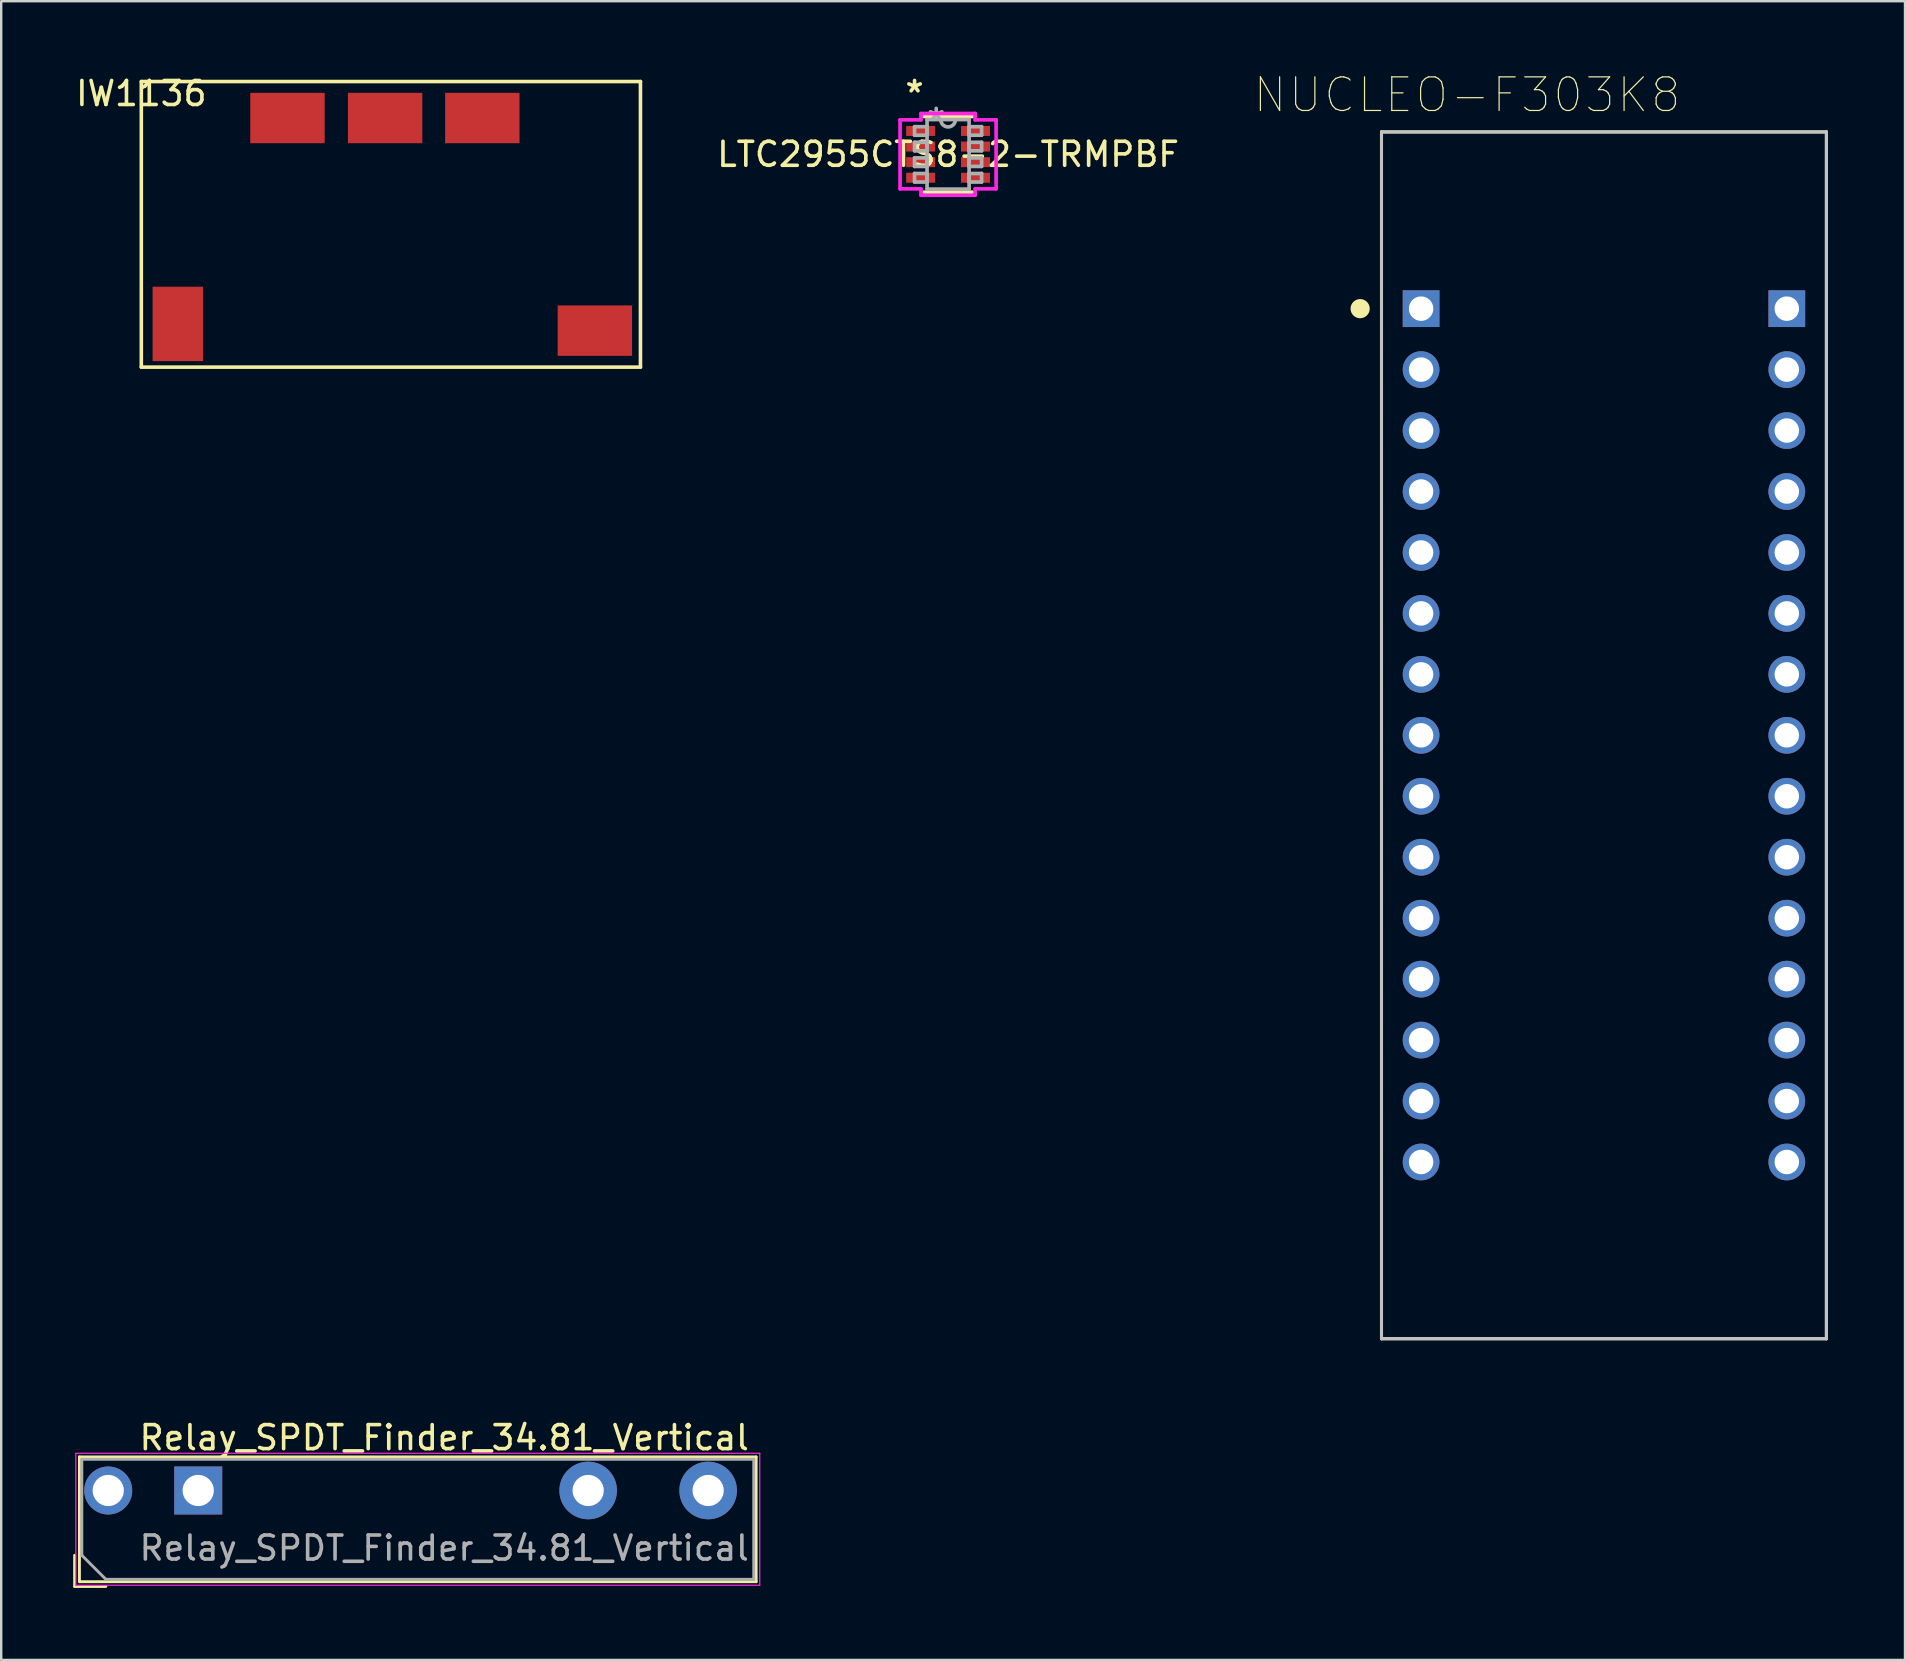
<source format=kicad_pcb>
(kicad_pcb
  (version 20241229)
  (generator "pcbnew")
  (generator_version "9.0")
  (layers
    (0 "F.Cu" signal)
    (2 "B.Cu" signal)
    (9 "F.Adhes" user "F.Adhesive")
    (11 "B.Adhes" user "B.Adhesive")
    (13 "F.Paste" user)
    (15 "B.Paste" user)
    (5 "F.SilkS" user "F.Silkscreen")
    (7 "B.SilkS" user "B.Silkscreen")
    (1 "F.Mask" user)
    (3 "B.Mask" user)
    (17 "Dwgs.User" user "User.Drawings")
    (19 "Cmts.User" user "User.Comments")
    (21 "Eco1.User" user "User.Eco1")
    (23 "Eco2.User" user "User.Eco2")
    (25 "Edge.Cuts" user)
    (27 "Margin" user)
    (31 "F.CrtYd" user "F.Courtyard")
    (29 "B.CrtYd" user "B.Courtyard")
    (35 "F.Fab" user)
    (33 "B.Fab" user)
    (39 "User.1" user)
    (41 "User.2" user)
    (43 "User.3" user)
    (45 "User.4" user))
  (footprint "Relay_SPDT_Finder_34.81_Vertical"
    (layer "F.Cu")
    (at 5.21 59.061)
    (property "Reference" "Relay_SPDT_Finder_34.81_Vertical" (at 10.25 -2.2 0) (layer "F.SilkS") (effects (font (size 1 1) (thickness 0.15))))
    (attr through_hole)
    (fp_line (start -5.15 4) (end -5.15 2.7) (stroke (width 0.12) (type solid)) (layer "F.SilkS"))
    (fp_line (start -4.95 -1.4) (end 23.25 -1.4) (stroke (width 0.12) (type solid)) (layer "F.SilkS"))
    (fp_line (start -4.95 3.8) (end -4.95 -1.4) (stroke (width 0.12) (type solid)) (layer "F.SilkS"))
    (fp_line (start -3.85 4) (end -5.15 4) (stroke (width 0.12) (type solid)) (layer "F.SilkS"))
    (fp_line (start 23.25 -1.4) (end 23.25 3.8) (stroke (width 0.12) (type solid)) (layer "F.SilkS"))
    (fp_line (start 23.25 3.8) (end -4.95 3.8) (stroke (width 0.12) (type solid)) (layer "F.SilkS"))
    (fp_line (start -5.1 -1.55) (end -5.1 3.95) (stroke (width 0.05) (type solid)) (layer "F.CrtYd"))
    (fp_line (start -5.1 -1.55) (end 23.4 -1.55) (stroke (width 0.05) (type solid)) (layer "F.CrtYd"))
    (fp_line (start 23.4 3.95) (end -5.1 3.95) (stroke (width 0.05) (type solid)) (layer "F.CrtYd"))
    (fp_line (start 23.4 3.95) (end 23.4 -1.55) (stroke (width 0.05) (type solid)) (layer "F.CrtYd"))
    (fp_line (start -4.85 -1.3) (end 23.15 -1.3) (stroke (width 0.12) (type solid)) (layer "F.Fab"))
    (fp_line (start -4.85 2.7) (end -4.85 -1.3) (stroke (width 0.12) (type solid)) (layer "F.Fab"))
    (fp_line (start -3.85 3.7) (end -4.85 2.7) (stroke (width 0.12) (type solid)) (layer "F.Fab"))
    (fp_line (start 23.15 -1.3) (end 23.15 3.7) (stroke (width 0.12) (type solid)) (layer "F.Fab"))
    (fp_line (start 23.15 3.7) (end -3.85 3.7) (stroke (width 0.12) (type solid)) (layer "F.Fab"))
    (fp_text user "${REFERENCE}" (at 10.25 2.4 0) (layer "F.Fab") (effects (font (size 1 1) (thickness 0.15))))
    (pad "1" thru_hole circle (at -3.75 0) (size 2 2) (drill 1.3) (layers "*.Cu" "*.Mask"))
    (pad "2" thru_hole rect (at 0 0) (size 2 2) (drill 1.3) (layers "*.Cu" "*.Mask"))
    (pad "3" thru_hole circle (at 16.25 0) (size 2.4 2.4) (drill 1.3) (layers "*.Cu" "*.Mask"))
    (pad "4" thru_hole circle (at 21.25 0) (size 2.4 2.4) (drill 1.3) (layers "*.Cu" "*.Mask")))
  (footprint "LTC2955CTS8-2-TRMPBF"
    (layer "F.Cu")
    (at 36.458 3.382)
    (property "Reference" "LTC2955CTS8-2-TRMPBF" (at 0 0 0) (layer "F.SilkS") (effects (font (size 1 1) (thickness 0.15))))
    (attr through_hole)
    (fp_line (start -1.003 1.575) (end 1.003 1.575) (stroke (width 0.152) (type solid)) (layer "F.SilkS"))
    (fp_line (start 1.003 -1.575) (end -1.003 -1.575) (stroke (width 0.152) (type solid)) (layer "F.SilkS"))
    (fp_line (start -2.001 -1.437) (end -1.13 -1.437) (stroke (width 0.152) (type solid)) (layer "F.CrtYd"))
    (fp_line (start -2.001 1.437) (end -2.001 -1.437) (stroke (width 0.152) (type solid)) (layer "F.CrtYd"))
    (fp_line (start -1.13 -1.702) (end 1.13 -1.702) (stroke (width 0.152) (type solid)) (layer "F.CrtYd"))
    (fp_line (start -1.13 -1.437) (end -1.13 -1.702) (stroke (width 0.152) (type solid)) (layer "F.CrtYd"))
    (fp_line (start -1.13 1.437) (end -2.001 1.437) (stroke (width 0.152) (type solid)) (layer "F.CrtYd"))
    (fp_line (start -1.13 1.702) (end -1.13 1.437) (stroke (width 0.152) (type solid)) (layer "F.CrtYd"))
    (fp_line (start 1.13 -1.702) (end 1.13 -1.437) (stroke (width 0.152) (type solid)) (layer "F.CrtYd"))
    (fp_line (start 1.13 -1.437) (end 2.001 -1.437) (stroke (width 0.152) (type solid)) (layer "F.CrtYd"))
    (fp_line (start 1.13 1.437) (end 1.13 1.702) (stroke (width 0.152) (type solid)) (layer "F.CrtYd"))
    (fp_line (start 1.13 1.702) (end -1.13 1.702) (stroke (width 0.152) (type solid)) (layer "F.CrtYd"))
    (fp_line (start 2.001 -1.437) (end 2.001 1.437) (stroke (width 0.152) (type solid)) (layer "F.CrtYd"))
    (fp_line (start 2.001 1.437) (end 1.13 1.437) (stroke (width 0.152) (type solid)) (layer "F.CrtYd"))
    (fp_line (start -1.397 -1.153) (end -1.397 -0.797) (stroke (width 0.152) (type solid)) (layer "F.Fab"))
    (fp_line (start -1.397 -0.797) (end -0.876 -0.797) (stroke (width 0.152) (type solid)) (layer "F.Fab"))
    (fp_line (start -1.397 -0.503) (end -1.397 -0.147) (stroke (width 0.152) (type solid)) (layer "F.Fab"))
    (fp_line (start -1.397 -0.147) (end -0.876 -0.147) (stroke (width 0.152) (type solid)) (layer "F.Fab"))
    (fp_line (start -1.397 0.147) (end -1.397 0.503) (stroke (width 0.152) (type solid)) (layer "F.Fab"))
    (fp_line (start -1.397 0.503) (end -0.876 0.503) (stroke (width 0.152) (type solid)) (layer "F.Fab"))
    (fp_line (start -1.397 0.797) (end -1.397 1.153) (stroke (width 0.152) (type solid)) (layer "F.Fab"))
    (fp_line (start -1.397 1.153) (end -0.876 1.153) (stroke (width 0.152) (type solid)) (layer "F.Fab"))
    (fp_line (start -0.876 -1.448) (end -0.876 1.448) (stroke (width 0.152) (type solid)) (layer "F.Fab"))
    (fp_line (start -0.876 -1.153) (end -1.397 -1.153) (stroke (width 0.152) (type solid)) (layer "F.Fab"))
    (fp_line (start -0.876 -0.797) (end -0.876 -1.153) (stroke (width 0.152) (type solid)) (layer "F.Fab"))
    (fp_line (start -0.876 -0.503) (end -1.397 -0.503) (stroke (width 0.152) (type solid)) (layer "F.Fab"))
    (fp_line (start -0.876 -0.147) (end -0.876 -0.503) (stroke (width 0.152) (type solid)) (layer "F.Fab"))
    (fp_line (start -0.876 0.147) (end -1.397 0.147) (stroke (width 0.152) (type solid)) (layer "F.Fab"))
    (fp_line (start -0.876 0.503) (end -0.876 0.147) (stroke (width 0.152) (type solid)) (layer "F.Fab"))
    (fp_line (start -0.876 0.797) (end -1.397 0.797) (stroke (width 0.152) (type solid)) (layer "F.Fab"))
    (fp_line (start -0.876 1.153) (end -0.876 0.797) (stroke (width 0.152) (type solid)) (layer "F.Fab"))
    (fp_line (start -0.876 1.448) (end 0.876 1.448) (stroke (width 0.152) (type solid)) (layer "F.Fab"))
    (fp_line (start 0.876 -1.448) (end -0.876 -1.448) (stroke (width 0.152) (type solid)) (layer "F.Fab"))
    (fp_line (start 0.876 -1.153) (end 0.876 -0.797) (stroke (width 0.152) (type solid)) (layer "F.Fab"))
    (fp_line (start 0.876 -0.797) (end 1.397 -0.797) (stroke (width 0.152) (type solid)) (layer "F.Fab"))
    (fp_line (start 0.876 -0.503) (end 0.876 -0.147) (stroke (width 0.152) (type solid)) (layer "F.Fab"))
    (fp_line (start 0.876 -0.147) (end 1.397 -0.147) (stroke (width 0.152) (type solid)) (layer "F.Fab"))
    (fp_line (start 0.876 0.147) (end 0.876 0.503) (stroke (width 0.152) (type solid)) (layer "F.Fab"))
    (fp_line (start 0.876 0.503) (end 1.397 0.503) (stroke (width 0.152) (type solid)) (layer "F.Fab"))
    (fp_line (start 0.876 0.797) (end 0.876 1.153) (stroke (width 0.152) (type solid)) (layer "F.Fab"))
    (fp_line (start 0.876 1.153) (end 1.397 1.153) (stroke (width 0.152) (type solid)) (layer "F.Fab"))
    (fp_line (start 0.876 1.448) (end 0.876 -1.448) (stroke (width 0.152) (type solid)) (layer "F.Fab"))
    (fp_line (start 1.397 -1.153) (end 0.876 -1.153) (stroke (width 0.152) (type solid)) (layer "F.Fab"))
    (fp_line (start 1.397 -0.797) (end 1.397 -1.153) (stroke (width 0.152) (type solid)) (layer "F.Fab"))
    (fp_line (start 1.397 -0.503) (end 0.876 -0.503) (stroke (width 0.152) (type solid)) (layer "F.Fab"))
    (fp_line (start 1.397 -0.147) (end 1.397 -0.503) (stroke (width 0.152) (type solid)) (layer "F.Fab"))
    (fp_line (start 1.397 0.147) (end 0.876 0.147) (stroke (width 0.152) (type solid)) (layer "F.Fab"))
    (fp_line (start 1.397 0.503) (end 1.397 0.147) (stroke (width 0.152) (type solid)) (layer "F.Fab"))
    (fp_line (start 1.397 0.797) (end 0.876 0.797) (stroke (width 0.152) (type solid)) (layer "F.Fab"))
    (fp_line (start 1.397 1.153) (end 1.397 0.797) (stroke (width 0.152) (type solid)) (layer "F.Fab"))
    (fp_arc (start 0.3048 -1.4478) (mid 0 -1.143) (end -0.3048 -1.4478) (stroke (width 0.1524) (type solid)) (layer "F.Fab"))
    (fp_text user "*" (at -1.397 -2.534 0) (layer "F.SilkS") (effects (font (size 1 1) (thickness 0.15))))
    (fp_text user "Copyright 2016 Accelerated Designs. All rights reserved." (at 0 0 0) (layer "Cmts.User") (effects (font (size 0.127 0.127) (thickness 0.002))))
    (fp_text user "*" (at -0.495 -1.372 0) (layer "F.Fab") (effects (font (size 1 1) (thickness 0.15))))
    (pad "1" smd rect (at -1.143 -0.975) (size 1.208 0.416) (layers "F.Cu" "F.Mask" "F.Paste"))
    (pad "2" smd rect (at -1.143 -0.325) (size 1.208 0.416) (layers "F.Cu" "F.Mask" "F.Paste"))
    (pad "3" smd rect (at -1.143 0.325) (size 1.208 0.416) (layers "F.Cu" "F.Mask" "F.Paste"))
    (pad "4" smd rect (at -1.143 0.975) (size 1.208 0.416) (layers "F.Cu" "F.Mask" "F.Paste"))
    (pad "5" smd rect (at 1.143 0.975) (size 1.208 0.416) (layers "F.Cu" "F.Mask" "F.Paste"))
    (pad "6" smd rect (at 1.143 0.325) (size 1.208 0.416) (layers "F.Cu" "F.Mask" "F.Paste"))
    (pad "7" smd rect (at 1.143 -0.325) (size 1.208 0.416) (layers "F.Cu" "F.Mask" "F.Paste"))
    (pad "8" smd rect (at 1.143 -0.975) (size 1.208 0.416) (layers "F.Cu" "F.Mask" "F.Paste")))
  (footprint "IW1136"
    (layer "F.Cu")
    (at 2.839 0.348)
    (property "Reference" "IW1136" (at 0 0.5 0) (layer "F.SilkS") (effects (font (size 1 1) (thickness 0.15))))
    (attr through_hole)
    (fp_line (start 0 0) (end 20.8 0) (stroke (width 0.15) (type solid)) (layer "F.SilkS"))
    (fp_line (start 0 11.9) (end 0 0) (stroke (width 0.15) (type solid)) (layer "F.SilkS"))
    (fp_line (start 20.8 0) (end 20.8 11.9) (stroke (width 0.15) (type solid)) (layer "F.SilkS"))
    (fp_line (start 20.8 11.9) (end 0 11.9) (stroke (width 0.15) (type solid)) (layer "F.SilkS"))
    (pad "1" smd rect (at 1.52 10.1) (size 2.1 3.1) (layers "F.Cu" "F.Mask" "F.Paste"))
    (pad "2" smd rect (at 18.9 10.38) (size 3.1 2.1) (layers "F.Cu" "F.Mask" "F.Paste"))
    (pad "3" smd rect (at 14.21 1.52) (size 3.1 2.1) (layers "F.Cu" "F.Mask" "F.Paste"))
    (pad "4" smd rect (at 10.16 1.52) (size 3.1 2.1) (layers "F.Cu" "F.Mask" "F.Paste"))
    (pad "5" smd rect (at 6.09 1.52) (size 3.1 2.1) (layers "F.Cu" "F.Mask" "F.Paste")))
  (footprint "NUCLEO-F303K8"
    (layer "F.Cu")
    (at 63.789 27.592)
    (property "Reference" "NUCLEO-F303K8" (at -5.704 -26.684 0) (layer "F.SilkS") (effects (font (size 1.402 1.402) (thickness 0.05))))
    (attr through_hole)
    (fp_line (start -9.27 -25.145) (end 9.27 -25.145) (stroke (width 0.127) (type solid)) (layer "F.SilkS"))
    (fp_line (start -9.27 25.145) (end -9.27 -25.145) (stroke (width 0.127) (type solid)) (layer "F.SilkS"))
    (fp_line (start 9.27 -25.145) (end 9.27 25.145) (stroke (width 0.127) (type solid)) (layer "F.SilkS"))
    (fp_line (start 9.27 25.145) (end -9.27 25.145) (stroke (width 0.127) (type solid)) (layer "F.SilkS"))
    (fp_circle (center -10.16 -17.78) (end -9.96 -17.78) (stroke (width 0.4) (type solid)) (fill no) (layer "F.SilkS"))
    (fp_line (start -9.27 -25.145) (end 9.27 -25.145) (stroke (width 0.127) (type solid)) (layer "Dwgs.User"))
    (fp_line (start -9.27 25.145) (end -9.27 -25.145) (stroke (width 0.127) (type solid)) (layer "Dwgs.User"))
    (fp_line (start 9.27 -25.145) (end 9.27 25.145) (stroke (width 0.127) (type solid)) (layer "Dwgs.User"))
    (fp_line (start 9.27 25.145) (end -9.27 25.145) (stroke (width 0.127) (type solid)) (layer "Dwgs.User"))
    (fp_line (start -9.52 -25.395) (end 9.52 -25.395) (stroke (width 0.05) (type solid)) (layer "Eco1.User"))
    (fp_line (start -9.52 25.395) (end -9.52 -25.395) (stroke (width 0.05) (type solid)) (layer "Eco1.User"))
    (fp_line (start 9.52 -25.395) (end 9.52 25.395) (stroke (width 0.05) (type solid)) (layer "Eco1.User"))
    (fp_line (start 9.52 25.395) (end -9.52 25.395) (stroke (width 0.05) (type solid)) (layer "Eco1.User"))
    (pad "3.1" thru_hole rect (at -7.62 -17.78) (size 1.53 1.53) (drill 1.02) (layers "*.Cu" "*.Mask"))
    (pad "3.2" thru_hole circle (at -7.62 -15.24) (size 1.53 1.53) (drill 1.02) (layers "*.Cu" "*.Mask"))
    (pad "3.3" thru_hole circle (at -7.62 -12.7) (size 1.53 1.53) (drill 1.02) (layers "*.Cu" "*.Mask"))
    (pad "3.4" thru_hole circle (at -7.62 -10.16) (size 1.53 1.53) (drill 1.02) (layers "*.Cu" "*.Mask"))
    (pad "3.5" thru_hole circle (at -7.62 -7.62) (size 1.53 1.53) (drill 1.02) (layers "*.Cu" "*.Mask"))
    (pad "3.6" thru_hole circle (at -7.62 -5.08) (size 1.53 1.53) (drill 1.02) (layers "*.Cu" "*.Mask"))
    (pad "3.7" thru_hole circle (at -7.62 -2.54) (size 1.53 1.53) (drill 1.02) (layers "*.Cu" "*.Mask"))
    (pad "3.8" thru_hole circle (at -7.62 0) (size 1.53 1.53) (drill 1.02) (layers "*.Cu" "*.Mask"))
    (pad "3.9" thru_hole circle (at -7.62 2.54) (size 1.53 1.53) (drill 1.02) (layers "*.Cu" "*.Mask"))
    (pad "3.10" thru_hole circle (at -7.62 5.08) (size 1.53 1.53) (drill 1.02) (layers "*.Cu" "*.Mask"))
    (pad "3.11" thru_hole circle (at -7.62 7.62) (size 1.53 1.53) (drill 1.02) (layers "*.Cu" "*.Mask"))
    (pad "3.12" thru_hole circle (at -7.62 10.16) (size 1.53 1.53) (drill 1.02) (layers "*.Cu" "*.Mask"))
    (pad "3.13" thru_hole circle (at -7.62 12.7) (size 1.53 1.53) (drill 1.02) (layers "*.Cu" "*.Mask"))
    (pad "3.14" thru_hole circle (at -7.62 15.24) (size 1.53 1.53) (drill 1.02) (layers "*.Cu" "*.Mask"))
    (pad "3.15" thru_hole circle (at -7.62 17.78) (size 1.53 1.53) (drill 1.02) (layers "*.Cu" "*.Mask"))
    (pad "4.1" thru_hole rect (at 7.62 -17.78) (size 1.53 1.53) (drill 1.02) (layers "*.Cu" "*.Mask"))
    (pad "4.2" thru_hole circle (at 7.62 -15.24) (size 1.53 1.53) (drill 1.02) (layers "*.Cu" "*.Mask"))
    (pad "4.3" thru_hole circle (at 7.62 -12.7) (size 1.53 1.53) (drill 1.02) (layers "*.Cu" "*.Mask"))
    (pad "4.4" thru_hole circle (at 7.62 -10.16) (size 1.53 1.53) (drill 1.02) (layers "*.Cu" "*.Mask"))
    (pad "4.5" thru_hole circle (at 7.62 -7.62) (size 1.53 1.53) (drill 1.02) (layers "*.Cu" "*.Mask"))
    (pad "4.6" thru_hole circle (at 7.62 -5.08) (size 1.53 1.53) (drill 1.02) (layers "*.Cu" "*.Mask"))
    (pad "4.7" thru_hole circle (at 7.62 -2.54) (size 1.53 1.53) (drill 1.02) (layers "*.Cu" "*.Mask"))
    (pad "4.8" thru_hole circle (at 7.62 0) (size 1.53 1.53) (drill 1.02) (layers "*.Cu" "*.Mask"))
    (pad "4.9" thru_hole circle (at 7.62 2.54) (size 1.53 1.53) (drill 1.02) (layers "*.Cu" "*.Mask"))
    (pad "4.10" thru_hole circle (at 7.62 5.08) (size 1.53 1.53) (drill 1.02) (layers "*.Cu" "*.Mask"))
    (pad "4.11" thru_hole circle (at 7.62 7.62) (size 1.53 1.53) (drill 1.02) (layers "*.Cu" "*.Mask"))
    (pad "4.12" thru_hole circle (at 7.62 10.16) (size 1.53 1.53) (drill 1.02) (layers "*.Cu" "*.Mask"))
    (pad "4.13" thru_hole circle (at 7.62 12.7) (size 1.53 1.53) (drill 1.02) (layers "*.Cu" "*.Mask"))
    (pad "4.14" thru_hole circle (at 7.62 15.24) (size 1.53 1.53) (drill 1.02) (layers "*.Cu" "*.Mask"))
    (pad "4.15" thru_hole circle (at 7.62 17.78) (size 1.53 1.53) (drill 1.02) (layers "*.Cu" "*.Mask")))
  (gr_rect
    (start -3 -3)
    (end 76.334 66.121)
    (stroke (width 0.1) (type default))
    (fill no)
    (layer "Edge.Cuts")))
</source>
